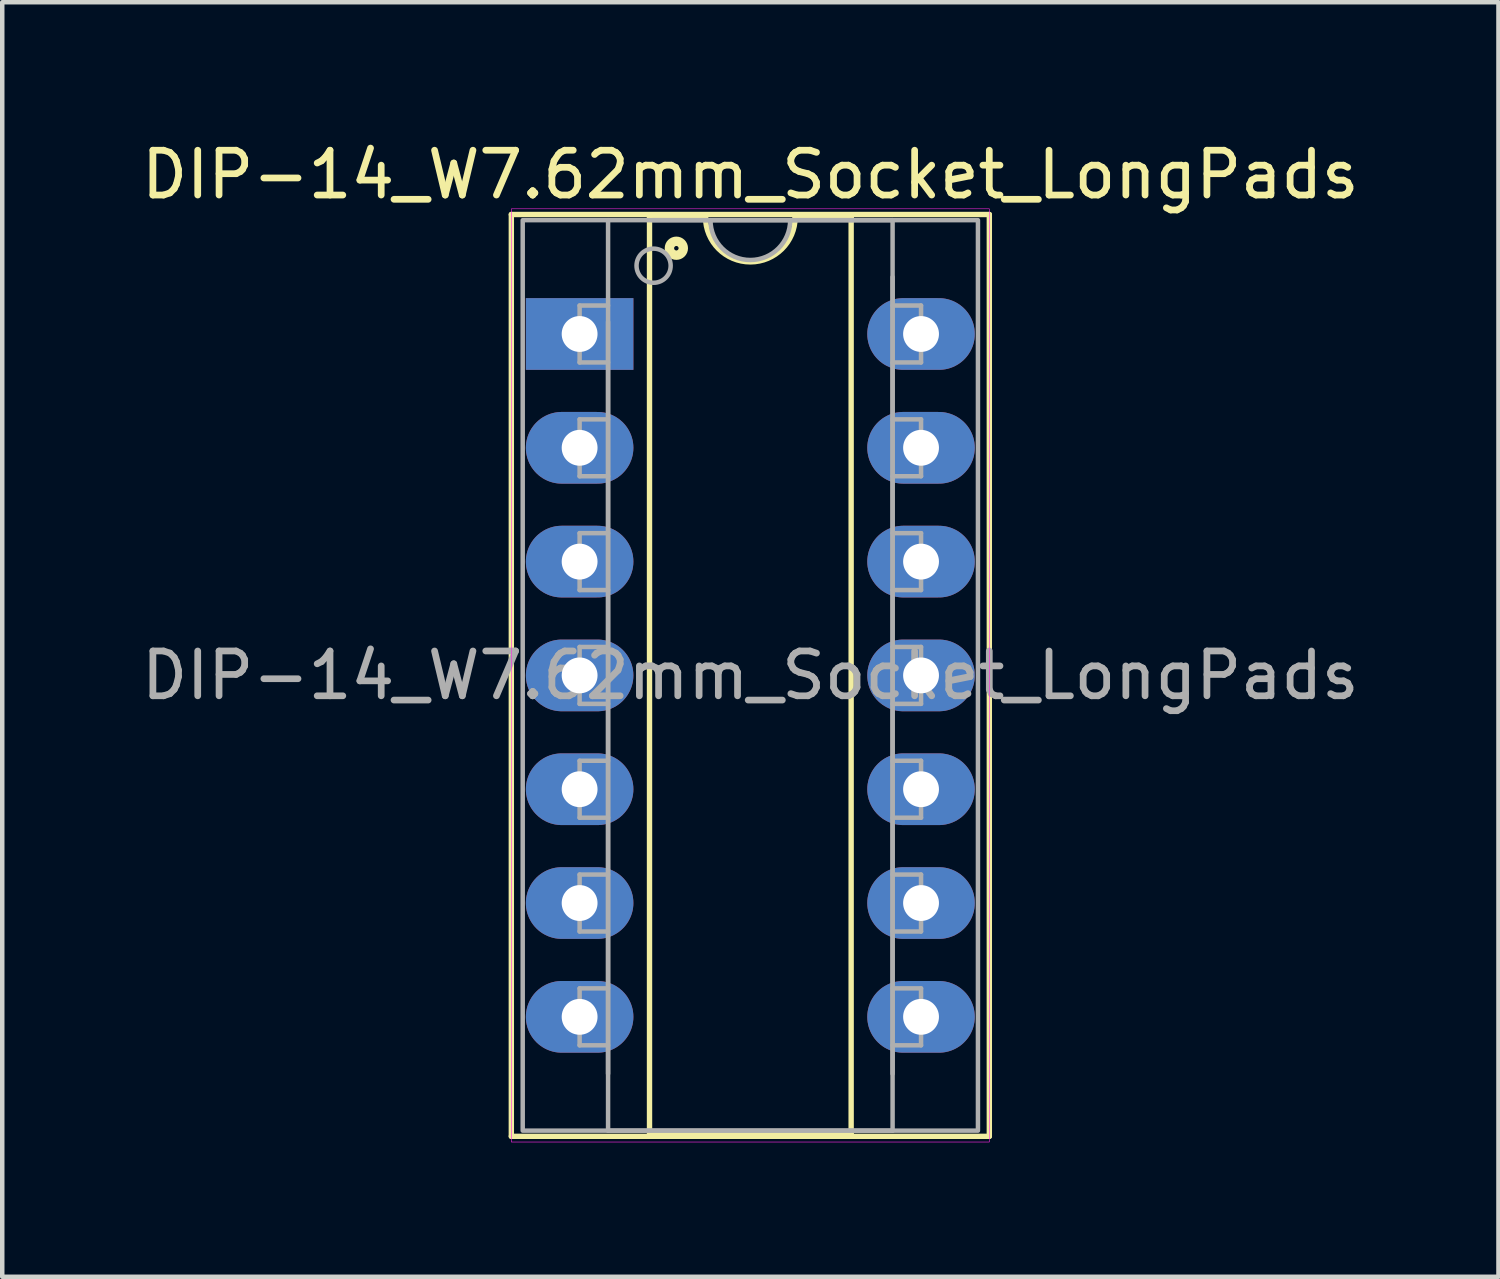
<source format=kicad_pcb>
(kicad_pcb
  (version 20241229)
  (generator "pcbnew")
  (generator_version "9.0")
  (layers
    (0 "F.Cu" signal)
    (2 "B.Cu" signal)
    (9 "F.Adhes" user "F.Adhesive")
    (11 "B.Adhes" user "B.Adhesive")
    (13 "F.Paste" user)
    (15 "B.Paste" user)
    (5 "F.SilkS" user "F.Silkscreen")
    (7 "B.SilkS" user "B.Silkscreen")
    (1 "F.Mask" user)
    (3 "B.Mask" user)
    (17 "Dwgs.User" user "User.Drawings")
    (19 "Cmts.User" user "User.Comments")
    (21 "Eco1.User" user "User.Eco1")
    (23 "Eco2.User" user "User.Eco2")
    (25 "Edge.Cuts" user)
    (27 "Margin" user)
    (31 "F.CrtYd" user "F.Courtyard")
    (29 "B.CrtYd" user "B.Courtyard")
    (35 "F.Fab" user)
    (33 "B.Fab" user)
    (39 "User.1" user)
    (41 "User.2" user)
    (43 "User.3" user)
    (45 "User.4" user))
  (footprint "DIP-14_W7.62mm_Socket_LongPads"
    (layer "F.Cu")
    (at 9.886 4.404)
    (property "Reference" "DIP-14_W7.62mm_Socket_LongPads" (at 3.81 -3.556 0) (layer "F.SilkS") (effects (font (size 1 1) (thickness 0.15))))
    (attr through_hole)
    (fp_line (start -1.524 -2.667) (end -1.524 17.907) (stroke (width 0.12) (type solid)) (layer "F.SilkS"))
    (fp_line (start -1.524 17.907) (end 9.144 17.907) (stroke (width 0.12) (type solid)) (layer "F.SilkS"))
    (fp_line (start 1.56 -2.609) (end 1.56 17.831) (stroke (width 0.12) (type solid)) (layer "F.SilkS"))
    (fp_line (start 1.56 17.831) (end 6.06 17.831) (stroke (width 0.12) (type solid)) (layer "F.SilkS"))
    (fp_line (start 2.81 -2.609) (end 1.56 -2.609) (stroke (width 0.12) (type solid)) (layer "F.SilkS"))
    (fp_line (start 6.06 -2.609) (end 4.81 -2.609) (stroke (width 0.12) (type solid)) (layer "F.SilkS"))
    (fp_line (start 6.06 17.831) (end 6.06 -2.609) (stroke (width 0.12) (type solid)) (layer "F.SilkS"))
    (fp_line (start 9.144 -2.667) (end -1.524 -2.667) (stroke (width 0.12) (type solid)) (layer "F.SilkS"))
    (fp_line (start 9.144 17.907) (end 9.144 -2.667) (stroke (width 0.12) (type solid)) (layer "F.SilkS"))
    (fp_arc (start 4.81 -2.6092) (mid 3.81 -1.6092) (end 2.81 -2.6092) (stroke (width 0.12) (type solid)) (layer "F.SilkS"))
    (fp_circle (center 2.159 -1.914) (end 2.209 -1.914) (stroke (width 0.12) (type solid)) (fill no) (layer "F.SilkS"))
    (fp_circle (center 2.159 -1.914) (end 2.284 -1.914) (stroke (width 0.12) (type solid)) (fill no) (layer "F.SilkS"))
    (fp_circle (center 2.159 -1.914) (end 2.359 -1.914) (stroke (width 0.12) (type solid)) (fill no) (layer "F.SilkS"))
    (fp_rect (start -1.524 -2.794) (end 9.144 18.034) (stroke (width 0.013) (type solid)) (fill no) (layer "F.CrtYd"))
    (fp_line (start 0 -0.635) (end 0 0.635) (stroke (width 0.1) (type solid)) (layer "F.Fab"))
    (fp_line (start 0 -0.635) (end 0.635 -0.635) (stroke (width 0.1) (type solid)) (layer "F.Fab"))
    (fp_line (start 0 0.635) (end 0.635 0.635) (stroke (width 0.1) (type solid)) (layer "F.Fab"))
    (fp_line (start 0 1.905) (end 0 3.175) (stroke (width 0.1) (type solid)) (layer "F.Fab"))
    (fp_line (start 0 1.905) (end 0.635 1.905) (stroke (width 0.1) (type solid)) (layer "F.Fab"))
    (fp_line (start 0 3.175) (end 0.635 3.175) (stroke (width 0.1) (type solid)) (layer "F.Fab"))
    (fp_line (start 0 4.445) (end 0 5.715) (stroke (width 0.1) (type solid)) (layer "F.Fab"))
    (fp_line (start 0 4.445) (end 0.635 4.445) (stroke (width 0.1) (type solid)) (layer "F.Fab"))
    (fp_line (start 0 5.715) (end 0.635 5.715) (stroke (width 0.1) (type solid)) (layer "F.Fab"))
    (fp_line (start 0 6.985) (end 0 8.255) (stroke (width 0.1) (type solid)) (layer "F.Fab"))
    (fp_line (start 0 6.985) (end 0.635 6.985) (stroke (width 0.1) (type solid)) (layer "F.Fab"))
    (fp_line (start 0 8.255) (end 0.635 8.255) (stroke (width 0.1) (type solid)) (layer "F.Fab"))
    (fp_line (start 0 9.525) (end 0 10.795) (stroke (width 0.1) (type solid)) (layer "F.Fab"))
    (fp_line (start 0 9.525) (end 0.635 9.525) (stroke (width 0.1) (type solid)) (layer "F.Fab"))
    (fp_line (start 0 10.795) (end 0.635 10.795) (stroke (width 0.1) (type solid)) (layer "F.Fab"))
    (fp_line (start 0 12.065) (end 0 13.335) (stroke (width 0.1) (type solid)) (layer "F.Fab"))
    (fp_line (start 0 12.065) (end 0.635 12.065) (stroke (width 0.1) (type solid)) (layer "F.Fab"))
    (fp_line (start 0 13.335) (end 0.635 13.335) (stroke (width 0.1) (type solid)) (layer "F.Fab"))
    (fp_line (start 0 14.605) (end 0 15.875) (stroke (width 0.1) (type solid)) (layer "F.Fab"))
    (fp_line (start 0 14.605) (end 0.635 14.605) (stroke (width 0.1) (type solid)) (layer "F.Fab"))
    (fp_line (start 0 15.875) (end 0.635 15.875) (stroke (width 0.1) (type solid)) (layer "F.Fab"))
    (fp_line (start 0.635 16.51) (end 0.635 -0.27) (stroke (width 0.1) (type solid)) (layer "F.Fab"))
    (fp_line (start 0.635 17.78) (end 0.635 -2.54) (stroke (width 0.1) (type solid)) (layer "F.Fab"))
    (fp_line (start 1.635 -2.54) (end 6.985 -2.54) (stroke (width 0.1) (type solid)) (layer "F.Fab"))
    (fp_line (start 6.985 -2.54) (end 6.985 17.78) (stroke (width 0.1) (type solid)) (layer "F.Fab"))
    (fp_line (start 6.985 -1.27) (end 6.985 16.51) (stroke (width 0.1) (type solid)) (layer "F.Fab"))
    (fp_line (start 6.985 17.78) (end 0.635 17.78) (stroke (width 0.1) (type solid)) (layer "F.Fab"))
    (fp_line (start 7.62 -0.635) (end 6.985 -0.635) (stroke (width 0.1) (type solid)) (layer "F.Fab"))
    (fp_line (start 7.62 0.635) (end 6.985 0.635) (stroke (width 0.1) (type solid)) (layer "F.Fab"))
    (fp_line (start 7.62 0.635) (end 7.62 -0.635) (stroke (width 0.1) (type solid)) (layer "F.Fab"))
    (fp_line (start 7.62 1.905) (end 6.985 1.905) (stroke (width 0.1) (type solid)) (layer "F.Fab"))
    (fp_line (start 7.62 3.175) (end 6.985 3.175) (stroke (width 0.1) (type solid)) (layer "F.Fab"))
    (fp_line (start 7.62 3.175) (end 7.62 1.905) (stroke (width 0.1) (type solid)) (layer "F.Fab"))
    (fp_line (start 7.62 4.445) (end 6.985 4.445) (stroke (width 0.1) (type solid)) (layer "F.Fab"))
    (fp_line (start 7.62 5.715) (end 6.985 5.715) (stroke (width 0.1) (type solid)) (layer "F.Fab"))
    (fp_line (start 7.62 5.715) (end 7.62 4.445) (stroke (width 0.1) (type solid)) (layer "F.Fab"))
    (fp_line (start 7.62 6.985) (end 6.985 6.985) (stroke (width 0.1) (type solid)) (layer "F.Fab"))
    (fp_line (start 7.62 8.255) (end 6.985 8.255) (stroke (width 0.1) (type solid)) (layer "F.Fab"))
    (fp_line (start 7.62 8.255) (end 7.62 6.985) (stroke (width 0.1) (type solid)) (layer "F.Fab"))
    (fp_line (start 7.62 9.525) (end 6.985 9.525) (stroke (width 0.1) (type solid)) (layer "F.Fab"))
    (fp_line (start 7.62 10.795) (end 6.985 10.795) (stroke (width 0.1) (type solid)) (layer "F.Fab"))
    (fp_line (start 7.62 10.795) (end 7.62 9.525) (stroke (width 0.1) (type solid)) (layer "F.Fab"))
    (fp_line (start 7.62 12.065) (end 6.985 12.065) (stroke (width 0.1) (type solid)) (layer "F.Fab"))
    (fp_line (start 7.62 13.335) (end 6.985 13.335) (stroke (width 0.1) (type solid)) (layer "F.Fab"))
    (fp_line (start 7.62 13.335) (end 7.62 12.065) (stroke (width 0.1) (type solid)) (layer "F.Fab"))
    (fp_line (start 7.62 14.605) (end 6.985 14.605) (stroke (width 0.1) (type solid)) (layer "F.Fab"))
    (fp_line (start 7.62 15.875) (end 6.985 15.875) (stroke (width 0.1) (type solid)) (layer "F.Fab"))
    (fp_line (start 7.62 15.875) (end 7.62 14.605) (stroke (width 0.1) (type solid)) (layer "F.Fab"))
    (fp_rect (start -1.27 -2.54) (end 8.89 17.78) (stroke (width 0.1) (type solid)) (fill no) (layer "F.Fab"))
    (fp_arc (start 4.699 -2.54) (mid 3.81 -1.651) (end 2.921 -2.54) (stroke (width 0.1) (type solid)) (layer "F.Fab"))
    (fp_circle (center 1.651 -1.524) (end 2.032 -1.524) (stroke (width 0.1) (type solid)) (fill no) (layer "F.Fab"))
    (fp_text user "${REFERENCE}" (at 3.81 7.62 0) (layer "F.Fab") (effects (font (size 1 1) (thickness 0.15))))
    (pad "1" thru_hole rect (at 0 0) (size 2.4 1.6) (drill 0.8) (layers "*.Cu" "*.Mask"))
    (pad "2" thru_hole oval (at 0 2.54) (size 2.4 1.6) (drill 0.8) (layers "*.Cu" "*.Mask"))
    (pad "3" thru_hole oval (at 0 5.08) (size 2.4 1.6) (drill 0.8) (layers "*.Cu" "*.Mask"))
    (pad "4" thru_hole oval (at 0 7.62) (size 2.4 1.6) (drill 0.8) (layers "*.Cu" "*.Mask"))
    (pad "5" thru_hole oval (at 0 10.16) (size 2.4 1.6) (drill 0.8) (layers "*.Cu" "*.Mask"))
    (pad "6" thru_hole oval (at 0 12.7) (size 2.4 1.6) (drill 0.8) (layers "*.Cu" "*.Mask"))
    (pad "7" thru_hole oval (at 0 15.24) (size 2.4 1.6) (drill 0.8) (layers "*.Cu" "*.Mask"))
    (pad "8" thru_hole oval (at 7.62 15.24) (size 2.4 1.6) (drill 0.8) (layers "*.Cu" "*.Mask"))
    (pad "9" thru_hole oval (at 7.62 12.7) (size 2.4 1.6) (drill 0.8) (layers "*.Cu" "*.Mask"))
    (pad "10" thru_hole oval (at 7.62 10.16) (size 2.4 1.6) (drill 0.8) (layers "*.Cu" "*.Mask"))
    (pad "11" thru_hole oval (at 7.62 7.62) (size 2.4 1.6) (drill 0.8) (layers "*.Cu" "*.Mask"))
    (pad "12" thru_hole oval (at 7.62 5.08) (size 2.4 1.6) (drill 0.8) (layers "*.Cu" "*.Mask"))
    (pad "13" thru_hole oval (at 7.62 2.54) (size 2.4 1.6) (drill 0.8) (layers "*.Cu" "*.Mask"))
    (pad "14" thru_hole oval (at 7.62 0) (size 2.4 1.6) (drill 0.8) (layers "*.Cu" "*.Mask")))
  (gr_rect
    (start -3 -3)
    (end 30.393 25.445)
    (stroke (width 0.1) (type default))
    (fill no)
    (layer "Edge.Cuts")))
</source>
